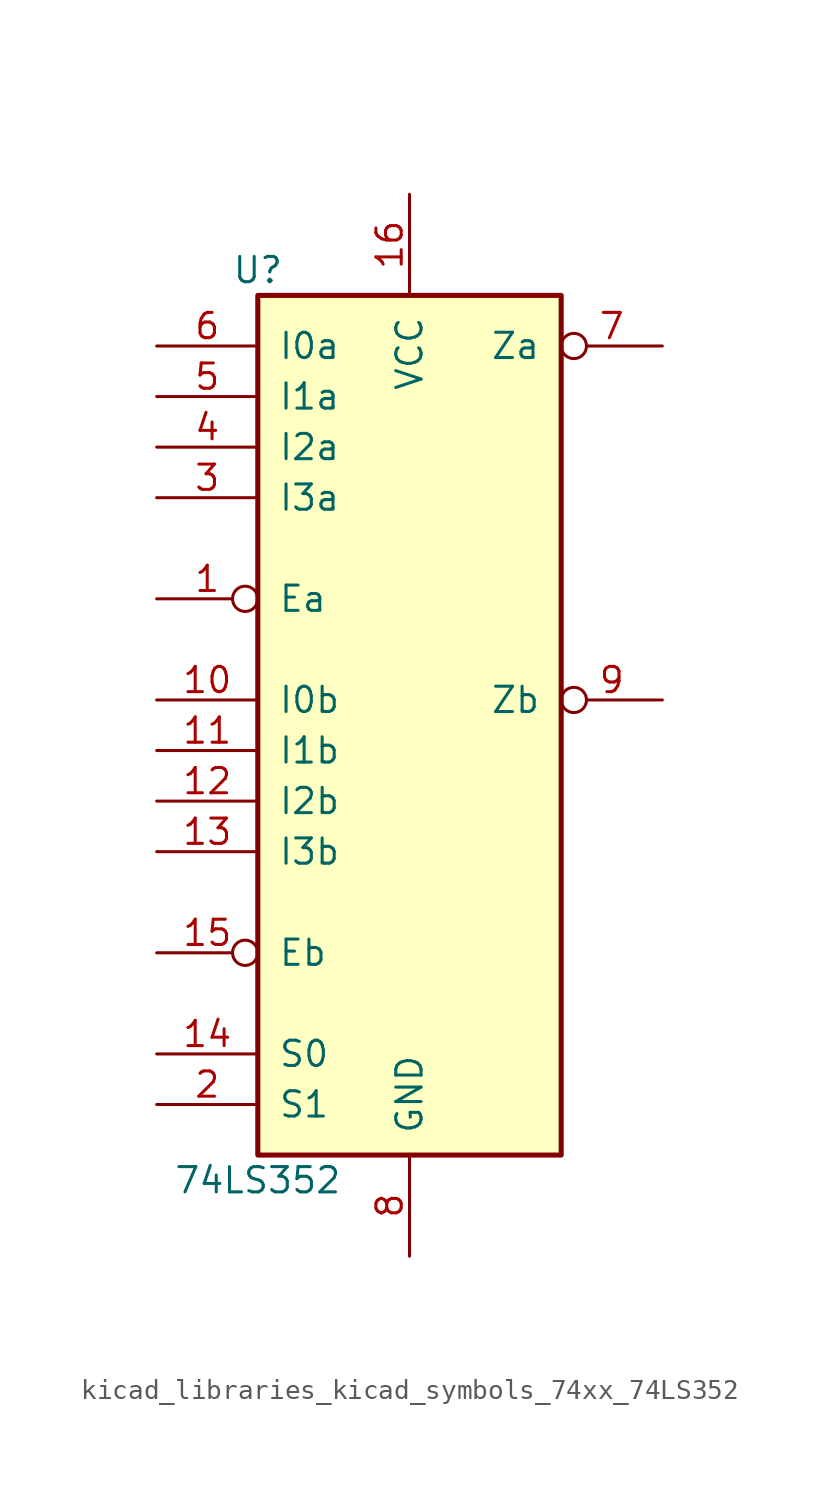
<source format=kicad_sym>
(kicad_symbol_lib
  (version 20220914)
  (generator kicad_symbol_editor)
  (symbol "kicad_libraries_kicad_symbols_74xx_74LS352"
    (pin_names
      (offset 1.016))
    (property "Reference" "U"
      (at -7.62 21.59 0)
      (effects (font (size 1.27 1.27))))
    (property "Value" "74LS352"
      (at -7.62 -24.13 0)
      (effects (font (size 1.27 1.27))))
    (property "ki_locked" ""
      (at 0 0 0)
      (effects (font (size 1.27 1.27))))
    (symbol "kicad_libraries_kicad_symbols_74xx_74LS352_1_0"
      (pin input inverted (at -12.7 5.08 0) (length 5.08) (name "Ea" (effects (font (size 1.27 1.27)))) (number "1" (effects (font (size 1.27 1.27)))))
      (pin input line (at -12.7 0 0) (length 5.08) (name "I0b" (effects (font (size 1.27 1.27)))) (number "10" (effects (font (size 1.27 1.27)))))
      (pin input line (at -12.7 -2.54 0) (length 5.08) (name "I1b" (effects (font (size 1.27 1.27)))) (number "11" (effects (font (size 1.27 1.27)))))
      (pin input line (at -12.7 -5.08 0) (length 5.08) (name "I2b" (effects (font (size 1.27 1.27)))) (number "12" (effects (font (size 1.27 1.27)))))
      (pin input line (at -12.7 -7.62 0) (length 5.08) (name "I3b" (effects (font (size 1.27 1.27)))) (number "13" (effects (font (size 1.27 1.27)))))
      (pin input line (at -12.7 -17.78 0) (length 5.08) (name "S0" (effects (font (size 1.27 1.27)))) (number "14" (effects (font (size 1.27 1.27)))))
      (pin input inverted (at -12.7 -12.7 0) (length 5.08) (name "Eb" (effects (font (size 1.27 1.27)))) (number "15" (effects (font (size 1.27 1.27)))))
      (pin power_in line (at 0 25.4 270) (length 5.08) (name "VCC" (effects (font (size 1.27 1.27)))) (number "16" (effects (font (size 1.27 1.27)))))
      (pin input line (at -12.7 -20.32 0) (length 5.08) (name "S1" (effects (font (size 1.27 1.27)))) (number "2" (effects (font (size 1.27 1.27)))))
      (pin input line (at -12.7 10.16 0) (length 5.08) (name "I3a" (effects (font (size 1.27 1.27)))) (number "3" (effects (font (size 1.27 1.27)))))
      (pin input line (at -12.7 12.7 0) (length 5.08) (name "I2a" (effects (font (size 1.27 1.27)))) (number "4" (effects (font (size 1.27 1.27)))))
      (pin input line (at -12.7 15.24 0) (length 5.08) (name "I1a" (effects (font (size 1.27 1.27)))) (number "5" (effects (font (size 1.27 1.27)))))
      (pin input line (at -12.7 17.78 0) (length 5.08) (name "I0a" (effects (font (size 1.27 1.27)))) (number "6" (effects (font (size 1.27 1.27)))))
      (pin output inverted (at 12.7 17.78 180) (length 5.08) (name "Za" (effects (font (size 1.27 1.27)))) (number "7" (effects (font (size 1.27 1.27)))))
      (pin power_in line (at 0 -27.94 90) (length 5.08) (name "GND" (effects (font (size 1.27 1.27)))) (number "8" (effects (font (size 1.27 1.27)))))
      (pin output inverted (at 12.7 0 180) (length 5.08) (name "Zb" (effects (font (size 1.27 1.27)))) (number "9" (effects (font (size 1.27 1.27))))))
    (symbol "kicad_libraries_kicad_symbols_74xx_74LS352_1_1"
      (rectangle (start -7.62 20.32) (end 7.62 -22.86) (stroke (width 0.254) (type default)) (fill (type background))))))
</source>
